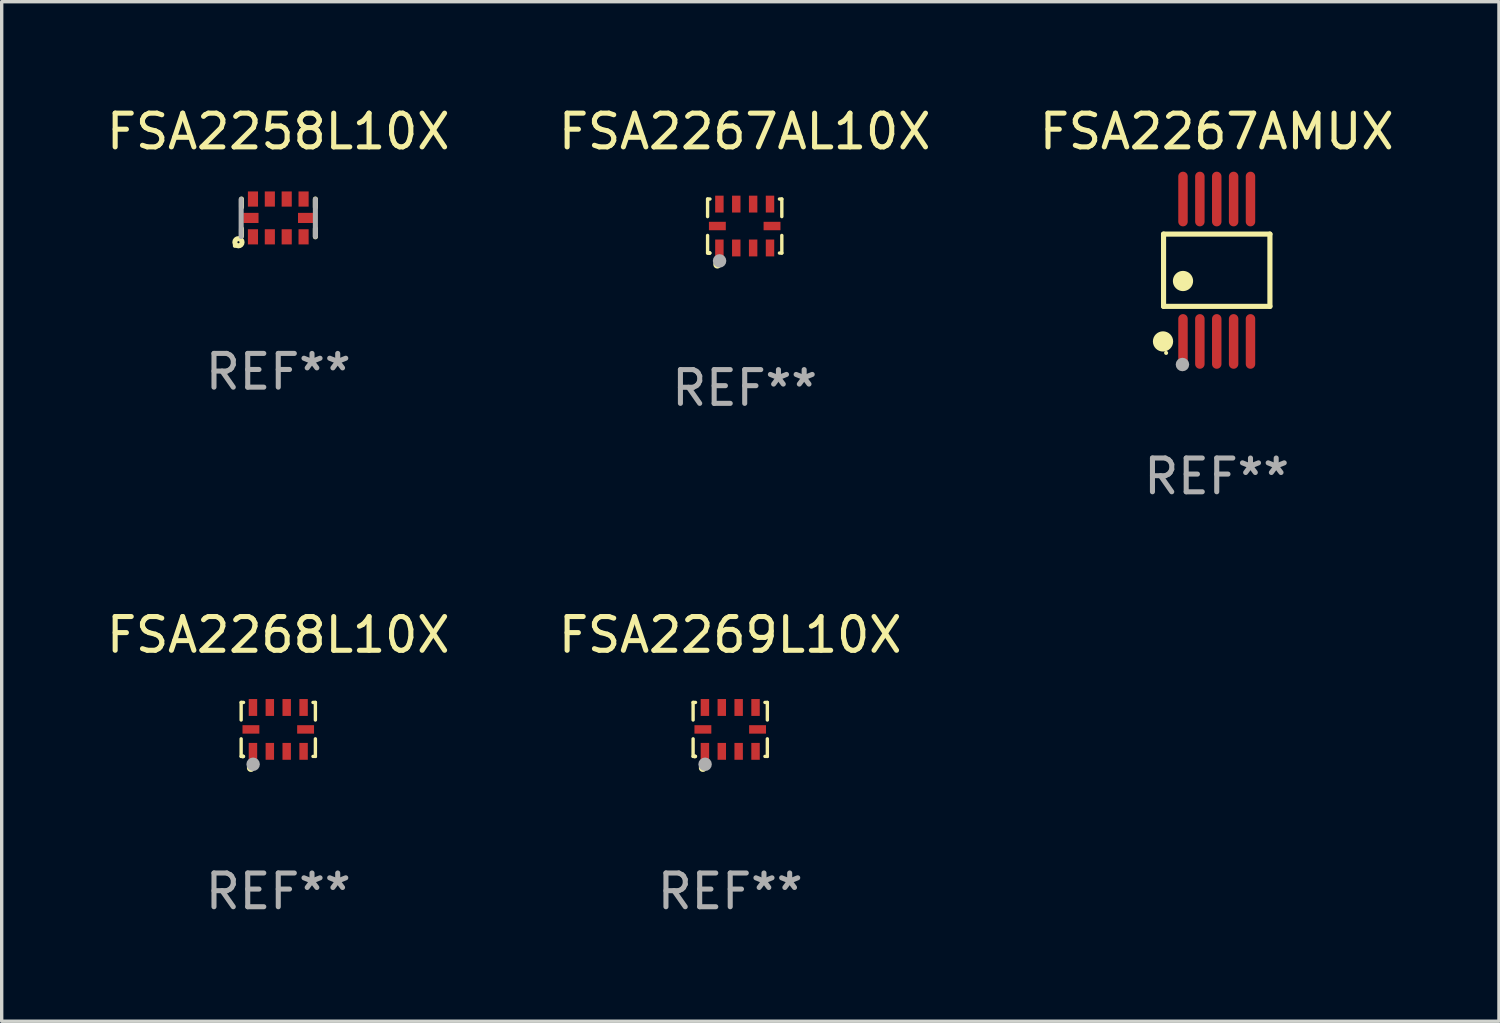
<source format=kicad_pcb>
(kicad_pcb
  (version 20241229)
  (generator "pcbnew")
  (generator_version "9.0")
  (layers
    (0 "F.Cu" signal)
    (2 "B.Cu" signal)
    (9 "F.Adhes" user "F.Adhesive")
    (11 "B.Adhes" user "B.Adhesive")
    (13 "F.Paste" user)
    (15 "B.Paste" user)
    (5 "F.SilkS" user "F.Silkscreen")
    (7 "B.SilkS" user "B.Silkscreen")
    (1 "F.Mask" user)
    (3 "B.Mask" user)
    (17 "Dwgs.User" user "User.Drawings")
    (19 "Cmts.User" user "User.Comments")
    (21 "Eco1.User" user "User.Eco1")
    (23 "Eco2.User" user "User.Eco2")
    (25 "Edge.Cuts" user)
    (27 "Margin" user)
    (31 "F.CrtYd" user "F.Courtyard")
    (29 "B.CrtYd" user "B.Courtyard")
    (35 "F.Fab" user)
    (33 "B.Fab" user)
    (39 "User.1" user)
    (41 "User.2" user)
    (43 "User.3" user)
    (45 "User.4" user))
  (footprint "FSA2269L10X"
    (layer "F.Cu")
    (at 18.589 18.565)
    (property "Reference" "FSA2269L10X" (at 0 -2.8 0) (layer "F.SilkS") (effects (font (size 1 1) (thickness 0.15))))
    (attr through_hole)
    (fp_line (start -1.1 -0.8) (end -1.1 -0.279) (stroke (width 0.1) (type solid)) (layer "F.SilkS"))
    (fp_line (start -1.1 0.279) (end -1.1 0.8) (stroke (width 0.1) (type solid)) (layer "F.SilkS"))
    (fp_line (start -1.1 0.8) (end -1.029 0.8) (stroke (width 0.1) (type solid)) (layer "F.SilkS"))
    (fp_line (start -1.029 -0.8) (end -1.1 -0.8) (stroke (width 0.1) (type solid)) (layer "F.SilkS"))
    (fp_line (start 1.029 0.8) (end 1.1 0.8) (stroke (width 0.1) (type solid)) (layer "F.SilkS"))
    (fp_line (start 1.1 -0.8) (end 1.029 -0.8) (stroke (width 0.1) (type solid)) (layer "F.SilkS"))
    (fp_line (start 1.1 -0.8) (end 1.1 -0.279) (stroke (width 0.1) (type solid)) (layer "F.SilkS"))
    (fp_line (start 1.1 0.279) (end 1.1 0.8) (stroke (width 0.1) (type solid)) (layer "F.SilkS"))
    (fp_circle (center -1.05 0.8) (end -1.02 0.8) (stroke (width 0.06) (type solid)) (fill no) (layer "F.SilkS"))
    (fp_circle (center -0.81 1.14) (end -0.739 1.14) (stroke (width 0.1) (type solid)) (fill no) (layer "F.SilkS"))
    (fp_circle (center -0.745 1.033) (end -0.645 1.033) (stroke (width 0.2) (type solid)) (fill no) (layer "F.Fab"))
    (fp_text user "REF**" (at 0 4.8 0) (layer "F.Fab") (effects (font (size 1 1) (thickness 0.15))))
    (pad "1" smd rect (at -0.75 0.65) (size 0.25 0.5) (layers "F.Cu" "F.Mask" "F.Paste"))
    (pad "2" smd rect (at -0.25 0.65) (size 0.25 0.5) (layers "F.Cu" "F.Mask" "F.Paste"))
    (pad "3" smd rect (at 0.25 0.65) (size 0.25 0.5) (layers "F.Cu" "F.Mask" "F.Paste"))
    (pad "4" smd rect (at 0.75 0.65) (size 0.25 0.5) (layers "F.Cu" "F.Mask" "F.Paste"))
    (pad "5" smd rect (at 0.81 0.000013 90) (size 0.25 0.5) (layers "F.Cu" "F.Mask" "F.Paste"))
    (pad "6" smd rect (at 0.75 -0.65) (size 0.25 0.5) (layers "F.Cu" "F.Mask" "F.Paste"))
    (pad "7" smd rect (at 0.25 -0.65) (size 0.25 0.5) (layers "F.Cu" "F.Mask" "F.Paste"))
    (pad "8" smd rect (at -0.25 -0.65) (size 0.25 0.5) (layers "F.Cu" "F.Mask" "F.Paste"))
    (pad "9" smd rect (at -0.75 -0.65) (size 0.25 0.5) (layers "F.Cu" "F.Mask" "F.Paste"))
    (pad "10" smd rect (at -0.81 0.000013 90) (size 0.25 0.5) (layers "F.Cu" "F.Mask" "F.Paste")))
  (footprint "FSA2258L10X"
    (layer "F.Cu")
    (at 5.196 3.408)
    (property "Reference" "FSA2258L10X" (at 0 -2.56 0) (layer "F.SilkS") (effects (font (size 1 1) (thickness 0.15))))
    (attr through_hole)
    (fp_line (start -1.09 -0.56) (end -1.09 -0.32) (stroke (width 0.15) (type solid)) (layer "F.SilkS"))
    (fp_line (start -1.09 0.32) (end -1.09 0.54) (stroke (width 0.15) (type solid)) (layer "F.SilkS"))
    (fp_line (start 1.1 -0.56) (end 1.1 -0.317) (stroke (width 0.15) (type solid)) (layer "F.SilkS"))
    (fp_line (start 1.1 0.317) (end 1.1 0.56) (stroke (width 0.15) (type solid)) (layer "F.SilkS"))
    (fp_circle (center -1.287 0.827) (end -1.257 0.827) (stroke (width 0.06) (type solid)) (fill no) (layer "F.SilkS"))
    (fp_circle (center -1.18 0.72) (end -1.148 0.72) (stroke (width 0.15) (type solid)) (fill no) (layer "F.SilkS"))
    (fp_line (start -1.1 -0.55) (end -1.1 0.55) (stroke (width 0.15) (type solid)) (layer "F.Fab"))
    (fp_line (start 1.1 -0.55) (end 1.1 0.55) (stroke (width 0.15) (type solid)) (layer "F.Fab"))
    (fp_text user "REF**" (at 0 4.56 0) (layer "F.Fab") (effects (font (size 1 1) (thickness 0.15))))
    (pad "1" smd rect (at -0.75 0.56) (size 0.3 0.45) (layers "F.Cu" "F.Mask" "F.Paste"))
    (pad "2" smd rect (at -0.25 0.56) (size 0.3 0.45) (layers "F.Cu" "F.Mask" "F.Paste"))
    (pad "3" smd rect (at 0.25 0.56) (size 0.3 0.45) (layers "F.Cu" "F.Mask" "F.Paste"))
    (pad "4" smd rect (at 0.75 0.56) (size 0.3 0.45) (layers "F.Cu" "F.Mask" "F.Paste"))
    (pad "5" smd rect (at 0.81 0 90) (size 0.3 0.45) (layers "F.Cu" "F.Mask" "F.Paste"))
    (pad "6" smd rect (at 0.75 -0.56) (size 0.3 0.45) (layers "F.Cu" "F.Mask" "F.Paste"))
    (pad "7" smd rect (at 0.25 -0.56) (size 0.3 0.45) (layers "F.Cu" "F.Mask" "F.Paste"))
    (pad "8" smd rect (at -0.25 -0.56) (size 0.3 0.45) (layers "F.Cu" "F.Mask" "F.Paste"))
    (pad "9" smd rect (at -0.75 -0.56) (size 0.3 0.45) (layers "F.Cu" "F.Mask" "F.Paste"))
    (pad "10" smd rect (at -0.81 0 90) (size 0.3 0.45) (layers "F.Cu" "F.Mask" "F.Paste")))
  (footprint "FSA2268L10X"
    (layer "F.Cu")
    (at 5.196 18.565)
    (property "Reference" "FSA2268L10X" (at 0 -2.8 0) (layer "F.SilkS") (effects (font (size 1 1) (thickness 0.15))))
    (attr through_hole)
    (fp_line (start -1.1 -0.8) (end -1.1 -0.279) (stroke (width 0.1) (type solid)) (layer "F.SilkS"))
    (fp_line (start -1.1 0.279) (end -1.1 0.8) (stroke (width 0.1) (type solid)) (layer "F.SilkS"))
    (fp_line (start -1.1 0.8) (end -1.029 0.8) (stroke (width 0.1) (type solid)) (layer "F.SilkS"))
    (fp_line (start -1.029 -0.8) (end -1.1 -0.8) (stroke (width 0.1) (type solid)) (layer "F.SilkS"))
    (fp_line (start 1.029 0.8) (end 1.1 0.8) (stroke (width 0.1) (type solid)) (layer "F.SilkS"))
    (fp_line (start 1.1 -0.8) (end 1.029 -0.8) (stroke (width 0.1) (type solid)) (layer "F.SilkS"))
    (fp_line (start 1.1 -0.8) (end 1.1 -0.279) (stroke (width 0.1) (type solid)) (layer "F.SilkS"))
    (fp_line (start 1.1 0.279) (end 1.1 0.8) (stroke (width 0.1) (type solid)) (layer "F.SilkS"))
    (fp_circle (center -1.05 0.8) (end -1.02 0.8) (stroke (width 0.06) (type solid)) (fill no) (layer "F.SilkS"))
    (fp_circle (center -0.81 1.14) (end -0.739 1.14) (stroke (width 0.1) (type solid)) (fill no) (layer "F.SilkS"))
    (fp_circle (center -0.745 1.033) (end -0.645 1.033) (stroke (width 0.2) (type solid)) (fill no) (layer "F.Fab"))
    (fp_text user "REF**" (at 0 4.8 0) (layer "F.Fab") (effects (font (size 1 1) (thickness 0.15))))
    (pad "1" smd rect (at -0.75 0.65) (size 0.25 0.5) (layers "F.Cu" "F.Mask" "F.Paste"))
    (pad "2" smd rect (at -0.25 0.65) (size 0.25 0.5) (layers "F.Cu" "F.Mask" "F.Paste"))
    (pad "3" smd rect (at 0.25 0.65) (size 0.25 0.5) (layers "F.Cu" "F.Mask" "F.Paste"))
    (pad "4" smd rect (at 0.75 0.65) (size 0.25 0.5) (layers "F.Cu" "F.Mask" "F.Paste"))
    (pad "5" smd rect (at 0.81 0.000013 90) (size 0.25 0.5) (layers "F.Cu" "F.Mask" "F.Paste"))
    (pad "6" smd rect (at 0.75 -0.65) (size 0.25 0.5) (layers "F.Cu" "F.Mask" "F.Paste"))
    (pad "7" smd rect (at 0.25 -0.65) (size 0.25 0.5) (layers "F.Cu" "F.Mask" "F.Paste"))
    (pad "8" smd rect (at -0.25 -0.65) (size 0.25 0.5) (layers "F.Cu" "F.Mask" "F.Paste"))
    (pad "9" smd rect (at -0.75 -0.65) (size 0.25 0.5) (layers "F.Cu" "F.Mask" "F.Paste"))
    (pad "10" smd rect (at -0.81 0.000013 90) (size 0.25 0.5) (layers "F.Cu" "F.Mask" "F.Paste")))
  (footprint "FSA2267AL10X"
    (layer "F.Cu")
    (at 19.018 3.648)
    (property "Reference" "FSA2267AL10X" (at 0 -2.8 0) (layer "F.SilkS") (effects (font (size 1 1) (thickness 0.15))))
    (attr through_hole)
    (fp_line (start -1.1 -0.8) (end -1.1 -0.279) (stroke (width 0.1) (type solid)) (layer "F.SilkS"))
    (fp_line (start -1.1 0.279) (end -1.1 0.8) (stroke (width 0.1) (type solid)) (layer "F.SilkS"))
    (fp_line (start -1.1 0.8) (end -1.029 0.8) (stroke (width 0.1) (type solid)) (layer "F.SilkS"))
    (fp_line (start -1.029 -0.8) (end -1.1 -0.8) (stroke (width 0.1) (type solid)) (layer "F.SilkS"))
    (fp_line (start 1.029 0.8) (end 1.1 0.8) (stroke (width 0.1) (type solid)) (layer "F.SilkS"))
    (fp_line (start 1.1 -0.8) (end 1.029 -0.8) (stroke (width 0.1) (type solid)) (layer "F.SilkS"))
    (fp_line (start 1.1 -0.8) (end 1.1 -0.279) (stroke (width 0.1) (type solid)) (layer "F.SilkS"))
    (fp_line (start 1.1 0.279) (end 1.1 0.8) (stroke (width 0.1) (type solid)) (layer "F.SilkS"))
    (fp_circle (center -1.05 0.8) (end -1.02 0.8) (stroke (width 0.06) (type solid)) (fill no) (layer "F.SilkS"))
    (fp_circle (center -0.81 1.14) (end -0.739 1.14) (stroke (width 0.1) (type solid)) (fill no) (layer "F.SilkS"))
    (fp_circle (center -0.745 1.033) (end -0.645 1.033) (stroke (width 0.2) (type solid)) (fill no) (layer "F.Fab"))
    (fp_text user "REF**" (at 0 4.8 0) (layer "F.Fab") (effects (font (size 1 1) (thickness 0.15))))
    (pad "1" smd rect (at -0.75 0.65) (size 0.25 0.5) (layers "F.Cu" "F.Mask" "F.Paste"))
    (pad "2" smd rect (at -0.25 0.65) (size 0.25 0.5) (layers "F.Cu" "F.Mask" "F.Paste"))
    (pad "3" smd rect (at 0.25 0.65) (size 0.25 0.5) (layers "F.Cu" "F.Mask" "F.Paste"))
    (pad "4" smd rect (at 0.75 0.65) (size 0.25 0.5) (layers "F.Cu" "F.Mask" "F.Paste"))
    (pad "5" smd rect (at 0.81 0.000013 90) (size 0.25 0.5) (layers "F.Cu" "F.Mask" "F.Paste"))
    (pad "6" smd rect (at 0.75 -0.65) (size 0.25 0.5) (layers "F.Cu" "F.Mask" "F.Paste"))
    (pad "7" smd rect (at 0.25 -0.65) (size 0.25 0.5) (layers "F.Cu" "F.Mask" "F.Paste"))
    (pad "8" smd rect (at -0.25 -0.65) (size 0.25 0.5) (layers "F.Cu" "F.Mask" "F.Paste"))
    (pad "9" smd rect (at -0.75 -0.65) (size 0.25 0.5) (layers "F.Cu" "F.Mask" "F.Paste"))
    (pad "10" smd rect (at -0.81 0.000013 90) (size 0.25 0.5) (layers "F.Cu" "F.Mask" "F.Paste")))
  (footprint "FSA2267AMUX"
    (layer "F.Cu")
    (at 33.006 4.958)
    (property "Reference" "FSA2267AMUX" (at 0 -4.11 0) (layer "F.SilkS") (effects (font (size 1 1) (thickness 0.15))))
    (attr through_hole)
    (fp_line (start -1.576 -1.071) (end 1.576 -1.071) (stroke (width 0.152) (type solid)) (layer "F.SilkS"))
    (fp_line (start -1.576 1.071) (end -1.576 -1.071) (stroke (width 0.152) (type solid)) (layer "F.SilkS"))
    (fp_line (start 1.576 -1.071) (end 1.576 1.071) (stroke (width 0.152) (type solid)) (layer "F.SilkS"))
    (fp_line (start 1.576 1.071) (end -1.576 1.071) (stroke (width 0.152) (type solid)) (layer "F.SilkS"))
    (fp_circle (center -1.592 2.11) (end -1.442 2.11) (stroke (width 0.3) (type solid)) (fill no) (layer "F.SilkS"))
    (fp_circle (center -1.5 2.45) (end -1.47 2.45) (stroke (width 0.06) (type solid)) (fill no) (layer "F.SilkS"))
    (fp_circle (center -1 0.319) (end -0.85 0.319) (stroke (width 0.3) (type solid)) (fill no) (layer "F.SilkS"))
    (fp_circle (center -1.016 2.794) (end -0.916 2.794) (stroke (width 0.2) (type solid)) (fill no) (layer "F.Fab"))
    (fp_text user "REF**" (at 0 6.11 0) (layer "F.Fab") (effects (font (size 1 1) (thickness 0.15))))
    (pad "1" smd oval (at -1 2.11) (size 0.28 1.62) (layers "F.Cu" "F.Mask" "F.Paste"))
    (pad "2" smd oval (at -0.5 2.11) (size 0.28 1.62) (layers "F.Cu" "F.Mask" "F.Paste"))
    (pad "3" smd oval (at 0 2.11) (size 0.28 1.62) (layers "F.Cu" "F.Mask" "F.Paste"))
    (pad "4" smd oval (at 0.5 2.11) (size 0.28 1.62) (layers "F.Cu" "F.Mask" "F.Paste"))
    (pad "5" smd oval (at 1 2.11) (size 0.28 1.62) (layers "F.Cu" "F.Mask" "F.Paste"))
    (pad "6" smd oval (at 1 -2.11) (size 0.28 1.62) (layers "F.Cu" "F.Mask" "F.Paste"))
    (pad "7" smd oval (at 0.5 -2.11) (size 0.28 1.62) (layers "F.Cu" "F.Mask" "F.Paste"))
    (pad "8" smd oval (at 0 -2.11) (size 0.28 1.62) (layers "F.Cu" "F.Mask" "F.Paste"))
    (pad "9" smd oval (at -0.5 -2.11) (size 0.28 1.62) (layers "F.Cu" "F.Mask" "F.Paste"))
    (pad "10" smd oval (at -1 -2.11) (size 0.28 1.62) (layers "F.Cu" "F.Mask" "F.Paste")))
  (gr_rect
    (start -3 -3)
    (end 41.369 27.213)
    (stroke (width 0.1) (type default))
    (fill no)
    (layer "Edge.Cuts")))
</source>
